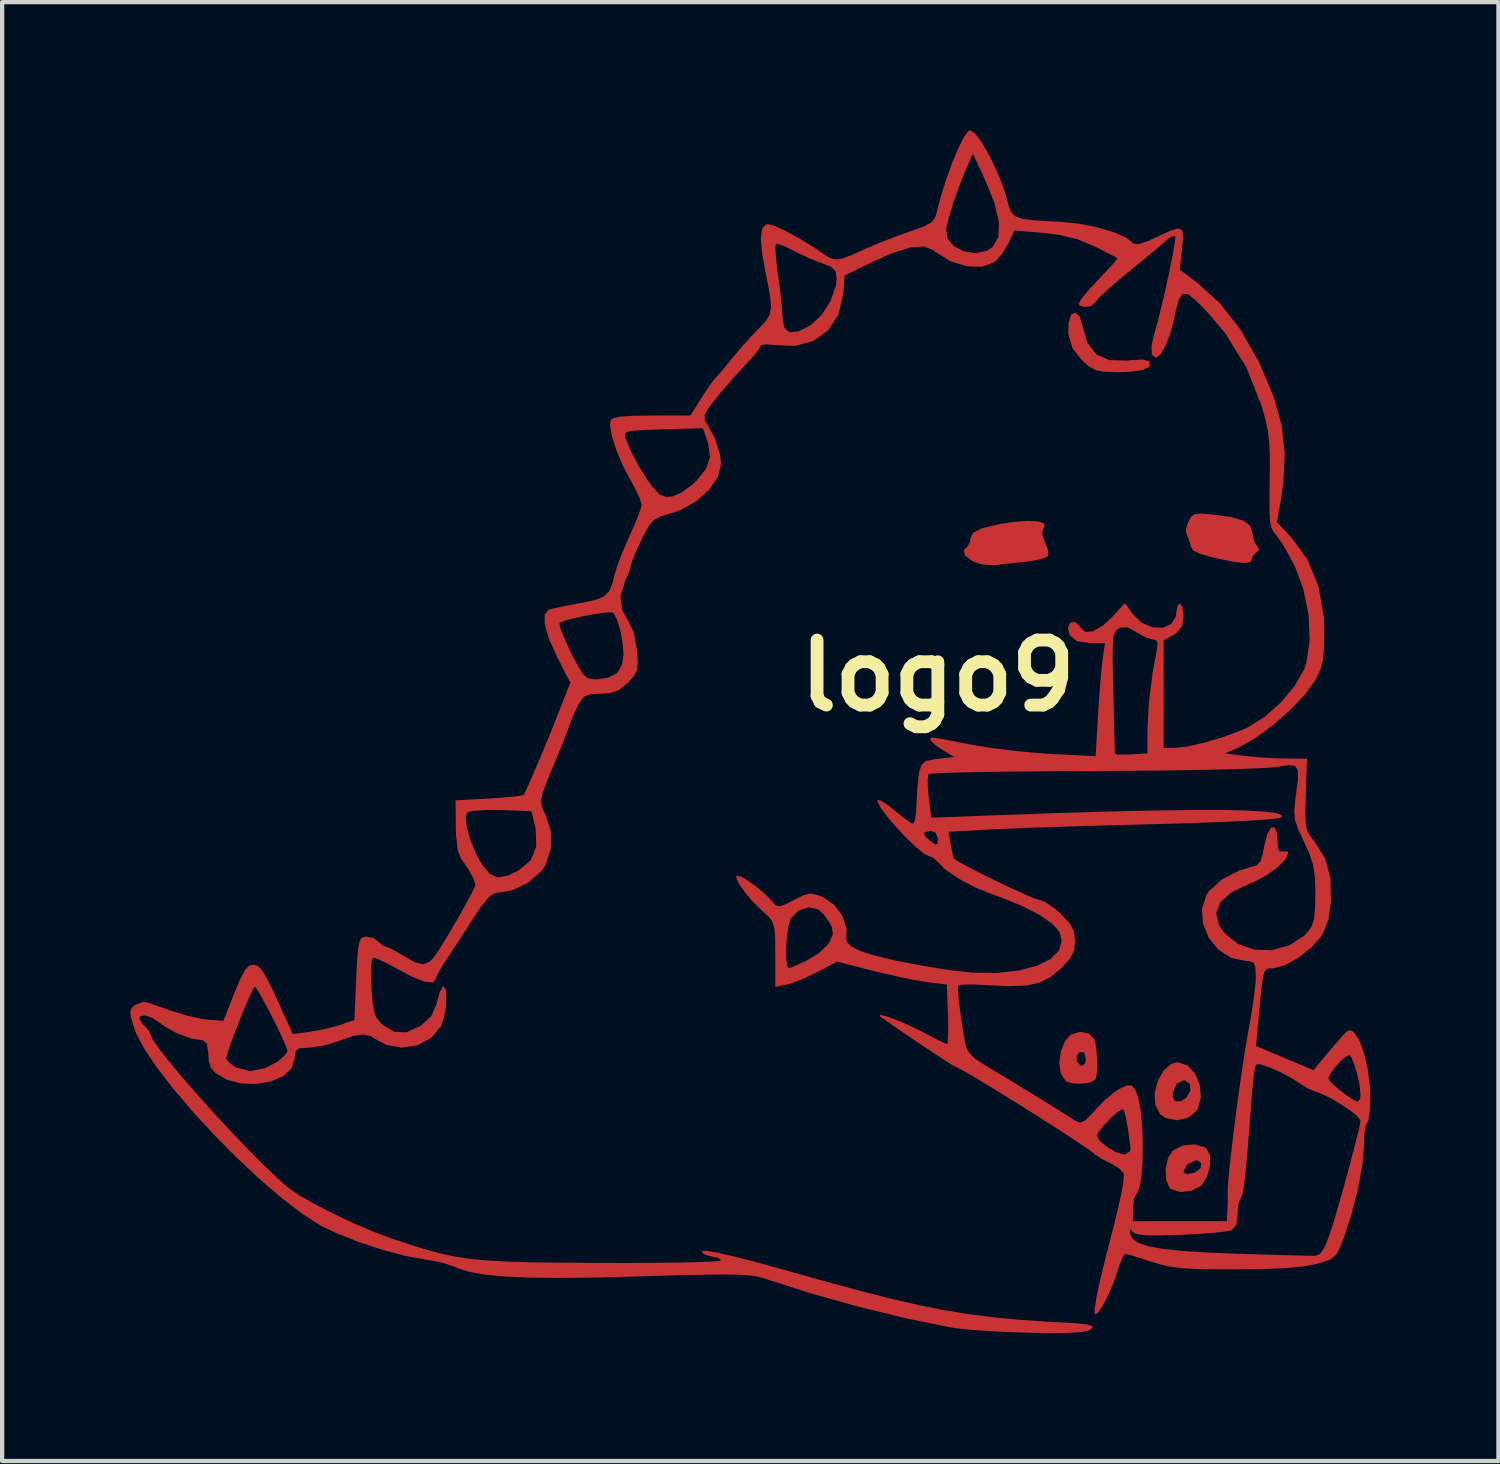
<source format=kicad_pcb>
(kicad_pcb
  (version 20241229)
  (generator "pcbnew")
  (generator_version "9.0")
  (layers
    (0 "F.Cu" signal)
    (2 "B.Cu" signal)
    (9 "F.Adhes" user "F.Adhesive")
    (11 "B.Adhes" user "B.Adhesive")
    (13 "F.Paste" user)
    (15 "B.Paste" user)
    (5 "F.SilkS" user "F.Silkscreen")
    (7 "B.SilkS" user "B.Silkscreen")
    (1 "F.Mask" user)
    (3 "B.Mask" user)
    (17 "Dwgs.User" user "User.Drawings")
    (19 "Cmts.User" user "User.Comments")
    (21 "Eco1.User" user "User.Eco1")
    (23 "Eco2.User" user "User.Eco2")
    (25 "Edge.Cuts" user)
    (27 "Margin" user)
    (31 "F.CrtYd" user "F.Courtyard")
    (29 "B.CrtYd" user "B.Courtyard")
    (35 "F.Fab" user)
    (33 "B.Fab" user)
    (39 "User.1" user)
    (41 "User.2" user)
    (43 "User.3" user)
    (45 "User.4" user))
  (footprint "logo9"
    (layer "F.Cu")
    (at 18.929 12.785)
    (property "Reference" "logo9" (at 0 0 0) (layer "F.SilkS") (effects (font (size 1.524 1.524) (thickness 0.3))))
    (attr board_only exclude_from_pos_files exclude_from_bom)
    (fp_poly (pts (xy 3.322 -8.417) (xy 3.392 -8.199) (xy 3.509 -7.794) (xy 3.714 -7.529) (xy 4.02 -7.396) (xy 4.437 -7.384) (xy 4.532 -7.396) (xy 4.8 -7.41) (xy 4.949 -7.368) (xy 4.96 -7.354) (xy 4.96 -7.24) (xy 4.797 -7.161) (xy 4.474 -7.12) (xy 4.231 -7.113) (xy 3.915 -7.121) (xy 3.706 -7.159) (xy 3.544 -7.245) (xy 3.409 -7.358) (xy 3.156 -7.668) (xy 3.056 -8.017) (xy 3.063 -8.266) (xy 3.123 -8.461) (xy 3.221 -8.509)) (stroke (width 0) (type solid)) (fill yes) (layer "F.Cu"))
    (fp_poly (pts (xy 6.444 -3.778) (xy 6.88 -3.717) (xy 7.166 -3.631) (xy 7.322 -3.512) (xy 7.366 -3.363) (xy 7.41 -3.158) (xy 7.472 -3.054) (xy 7.535 -2.954) (xy 7.472 -2.903) (xy 7.375 -2.796) (xy 7.366 -2.745) (xy 7.329 -2.667) (xy 7.202 -2.64) (xy 6.964 -2.663) (xy 6.593 -2.737) (xy 6.456 -2.769) (xy 6.147 -2.855) (xy 5.979 -2.938) (xy 5.927 -3.034) (xy 5.927 -3.038) (xy 5.881 -3.213) (xy 5.842 -3.268) (xy 5.808 -3.421) (xy 5.863 -3.589) (xy 5.934 -3.722) (xy 6.024 -3.787) (xy 6.184 -3.799)) (stroke (width 0) (type solid)) (fill yes) (layer "F.Cu"))
    (fp_poly (pts (xy 2.358 -3.613) (xy 2.494 -3.565) (xy 2.498 -3.483) (xy 2.479 -3.462) (xy 2.442 -3.328) (xy 2.513 -3.127) (xy 2.584 -2.934) (xy 2.589 -2.805) (xy 2.587 -2.801) (xy 2.482 -2.75) (xy 2.261 -2.699) (xy 2.052 -2.67) (xy 1.732 -2.636) (xy 1.44 -2.604) (xy 1.311 -2.588) (xy 1.042 -2.606) (xy 0.824 -2.678) (xy 0.632 -2.815) (xy 0.607 -2.937) (xy 0.677 -3.006) (xy 0.749 -3.125) (xy 0.762 -3.218) (xy 0.826 -3.353) (xy 1.034 -3.454) (xy 1.079 -3.468) (xy 1.452 -3.555) (xy 1.809 -3.608) (xy 2.121 -3.627)) (stroke (width 0) (type solid)) (fill yes) (layer "F.Cu"))
    (fp_poly (pts (xy 3.541 8.389) (xy 3.67 8.522) (xy 3.676 8.539) (xy 3.718 8.769) (xy 3.737 9.045) (xy 3.731 9.297) (xy 3.698 9.457) (xy 3.695 9.464) (xy 3.571 9.533) (xy 3.358 9.564) (xy 3.136 9.551) (xy 2.998 9.503) (xy 2.882 9.333) (xy 2.847 9.078) (xy 2.853 9.03) (xy 3.249 9.03) (xy 3.342 9.134) (xy 3.392 9.144) (xy 3.456 9.073) (xy 3.471 8.975) (xy 3.427 8.831) (xy 3.327 8.819) (xy 3.26 8.89) (xy 3.249 9.03) (xy 2.853 9.03) (xy 2.884 8.796) (xy 2.988 8.547) (xy 3.121 8.409) (xy 3.335 8.346)) (stroke (width 0) (type solid)) (fill yes) (layer "F.Cu"))
    (fp_poly (pts (xy 5.852 9.135) (xy 6.031 9.33) (xy 6.14 9.597) (xy 6.164 9.892) (xy 6.084 10.166) (xy 6.063 10.201) (xy 5.868 10.361) (xy 5.604 10.419) (xy 5.342 10.368) (xy 5.213 10.281) (xy 5.097 10.064) (xy 5.086 9.871) (xy 5.503 9.871) (xy 5.561 9.974) (xy 5.696 9.973) (xy 5.825 9.889) (xy 5.919 9.724) (xy 5.907 9.569) (xy 5.798 9.485) (xy 5.766 9.483) (xy 5.6 9.557) (xy 5.512 9.759) (xy 5.503 9.871) (xy 5.086 9.871) (xy 5.081 9.788) (xy 5.15 9.502) (xy 5.287 9.255) (xy 5.476 9.094) (xy 5.623 9.059)) (stroke (width 0) (type solid)) (fill yes) (layer "F.Cu"))
    (fp_poly (pts (xy 6.258 11.055) (xy 6.297 11.082) (xy 6.378 11.247) (xy 6.379 11.489) (xy 6.308 11.743) (xy 6.178 11.945) (xy 6.162 11.959) (xy 5.938 12.075) (xy 5.681 12.101) (xy 5.468 12.033) (xy 5.436 12.006) (xy 5.348 11.816) (xy 5.34 11.62) (xy 5.759 11.62) (xy 5.823 11.681) (xy 6.007 11.647) (xy 6.047 11.633) (xy 6.16 11.537) (xy 6.171 11.424) (xy 6.083 11.361) (xy 6.032 11.363) (xy 5.845 11.453) (xy 5.759 11.61) (xy 5.759 11.62) (xy 5.34 11.62) (xy 5.337 11.554) (xy 5.398 11.295) (xy 5.504 11.133) (xy 5.737 11.012) (xy 6.015 10.984)) (stroke (width 0) (type solid)) (fill yes) (layer "F.Cu"))
    (fp_poly (pts (xy 0.867 -12.711) (xy 1.018 -12.514) (xy 1.187 -12.228) (xy 1.355 -11.891) (xy 1.502 -11.538) (xy 1.61 -11.205) (xy 1.612 -11.195) (xy 1.668 -10.989) (xy 1.73 -10.848) (xy 1.83 -10.757) (xy 1.997 -10.702) (xy 2.261 -10.671) (xy 2.654 -10.649) (xy 2.836 -10.641) (xy 3.288 -10.596) (xy 3.729 -10.51) (xy 4.12 -10.395) (xy 4.419 -10.262) (xy 4.587 -10.126) (xy 4.694 -10.112) (xy 4.916 -10.183) (xy 5.111 -10.27) (xy 5.431 -10.421) (xy 5.627 -10.483) (xy 5.724 -10.446) (xy 5.749 -10.297) (xy 5.726 -10.026) (xy 5.724 -10.008) (xy 5.668 -9.517) (xy 6.059 -9.225) (xy 6.607 -8.732) (xy 7.087 -8.119) (xy 7.517 -7.363) (xy 7.557 -7.281) (xy 7.867 -6.546) (xy 8.056 -5.873) (xy 8.13 -5.211) (xy 8.097 -4.515) (xy 8.038 -4.111) (xy 7.948 -3.595) (xy 8.279 -3.247) (xy 8.664 -2.721) (xy 8.921 -2.09) (xy 9.047 -1.365) (xy 9.059 -1.026) (xy 9.052 -0.635) (xy 9.024 -0.358) (xy 8.965 -0.14) (xy 8.865 0.072) (xy 8.847 0.104) (xy 8.61 0.435) (xy 8.265 0.799) (xy 7.86 1.155) (xy 7.439 1.464) (xy 7.049 1.685) (xy 7 1.706) (xy 6.731 1.82) (xy 7.154 1.876) (xy 7.484 1.909) (xy 7.875 1.933) (xy 8.115 1.94) (xy 8.652 1.947) (xy 8.624 2.779) (xy 8.613 3.164) (xy 8.618 3.423) (xy 8.646 3.596) (xy 8.705 3.726) (xy 8.801 3.855) (xy 8.82 3.877) (xy 9.072 4.275) (xy 9.2 4.737) (xy 9.213 5.29) (xy 9.156 5.709) (xy 9.035 6.024) (xy 8.978 6.116) (xy 8.75 6.374) (xy 8.455 6.607) (xy 8.147 6.78) (xy 7.88 6.857) (xy 7.85 6.858) (xy 7.766 6.858) (xy 7.704 6.875) (xy 7.659 6.933) (xy 7.623 7.055) (xy 7.592 7.267) (xy 7.557 7.592) (xy 7.514 8.054) (xy 7.499 8.213) (xy 7.456 8.678) (xy 8.129 8.962) (xy 8.802 9.245) (xy 9.037 8.965) (xy 9.296 8.655) (xy 9.47 8.455) (xy 9.581 8.346) (xy 9.653 8.309) (xy 9.708 8.325) (xy 9.759 8.365) (xy 9.877 8.541) (xy 9.985 8.838) (xy 10.072 9.209) (xy 10.126 9.607) (xy 10.137 9.97) (xy 10.118 10.244) (xy 10.087 10.435) (xy 10.054 10.498) (xy 10.019 10.575) (xy 9.996 10.772) (xy 9.991 10.954) (xy 9.953 11.443) (xy 9.848 12.027) (xy 9.686 12.651) (xy 9.53 13.126) (xy 9.422 13.411) (xy 9.328 13.58) (xy 9.204 13.679) (xy 9.007 13.75) (xy 8.881 13.785) (xy 8.588 13.843) (xy 8.18 13.883) (xy 7.64 13.906) (xy 6.985 13.913) (xy 6.431 13.912) (xy 6.012 13.903) (xy 5.692 13.883) (xy 5.437 13.849) (xy 5.213 13.799) (xy 4.995 13.732) (xy 4.711 13.64) (xy 4.493 13.574) (xy 4.388 13.548) (xy 4.388 13.548) (xy 4.334 13.621) (xy 4.257 13.811) (xy 4.199 13.991) (xy 4.102 14.267) (xy 3.982 14.541) (xy 3.858 14.776) (xy 3.751 14.933) (xy 3.683 14.971) (xy 3.681 14.97) (xy 3.673 14.857) (xy 3.714 14.587) (xy 3.804 14.166) (xy 3.941 13.598) (xy 4.104 12.969) (xy 4.501 12.969) (xy 4.503 13.063) (xy 4.504 13.068) (xy 4.561 13.191) (xy 4.698 13.291) (xy 4.93 13.371) (xy 5.273 13.434) (xy 5.742 13.483) (xy 6.352 13.52) (xy 6.943 13.544) (xy 7.477 13.561) (xy 7.962 13.576) (xy 8.369 13.587) (xy 8.668 13.594) (xy 8.833 13.596) (xy 8.848 13.596) (xy 8.955 13.553) (xy 9.053 13.415) (xy 9.162 13.152) (xy 9.204 13.029) (xy 9.289 12.759) (xy 9.394 12.403) (xy 9.509 11.995) (xy 9.625 11.571) (xy 9.732 11.167) (xy 9.821 10.818) (xy 9.882 10.559) (xy 9.906 10.425) (xy 9.906 10.423) (xy 9.838 10.331) (xy 9.665 10.192) (xy 9.432 10.035) (xy 9.185 9.891) (xy 8.969 9.788) (xy 8.892 9.763) (xy 8.663 9.67) (xy 8.473 9.552) (xy 8.303 9.44) (xy 9.15 9.44) (xy 9.213 9.531) (xy 9.366 9.671) (xy 9.558 9.821) (xy 9.737 9.939) (xy 9.842 9.984) (xy 9.894 9.919) (xy 9.906 9.816) (xy 9.884 9.598) (xy 9.83 9.342) (xy 9.759 9.104) (xy 9.686 8.936) (xy 9.638 8.89) (xy 9.53 8.951) (xy 9.38 9.097) (xy 9.238 9.269) (xy 9.155 9.411) (xy 9.15 9.44) (xy 8.303 9.44) (xy 8.271 9.42) (xy 8.02 9.288) (xy 7.769 9.177) (xy 7.566 9.11) (xy 7.46 9.107) (xy 7.459 9.108) (xy 7.43 9.21) (xy 7.397 9.439) (xy 7.365 9.753) (xy 7.354 9.892) (xy 7.3 10.61) (xy 7.254 11.175) (xy 7.215 11.602) (xy 7.181 11.907) (xy 7.15 12.105) (xy 7.12 12.213) (xy 7.099 12.242) (xy 7.053 12.348) (xy 7.028 12.554) (xy 7.027 12.611) (xy 6.995 12.867) (xy 6.891 12.994) (xy 6.879 12.999) (xy 6.74 13.027) (xy 6.47 13.056) (xy 6.109 13.083) (xy 5.693 13.103) (xy 5.684 13.104) (xy 5.223 13.118) (xy 4.904 13.116) (xy 4.703 13.097) (xy 4.591 13.06) (xy 4.558 13.028) (xy 4.501 12.969) (xy 4.104 12.969) (xy 4.106 12.961) (xy 4.212 12.536) (xy 4.294 12.162) (xy 4.347 11.871) (xy 4.362 11.701) (xy 4.359 11.679) (xy 4.253 11.549) (xy 4.059 11.43) (xy 4.04 11.422) (xy 3.83 11.32) (xy 3.688 11.225) (xy 3.683 11.22) (xy 3.575 11.134) (xy 3.352 10.981) (xy 3.055 10.784) (xy 3.727 10.784) (xy 3.797 10.903) (xy 3.965 11.042) (xy 4.168 11.162) (xy 4.347 11.221) (xy 4.389 11.221) (xy 4.503 11.145) (xy 4.516 11.082) (xy 4.456 10.631) (xy 4.404 10.336) (xy 4.357 10.186) (xy 4.329 10.16) (xy 4.222 10.219) (xy 4.059 10.362) (xy 3.891 10.539) (xy 3.765 10.7) (xy 3.727 10.784) (xy 3.055 10.784) (xy 3.041 10.775) (xy 2.665 10.532) (xy 2.251 10.269) (xy 1.824 10.001) (xy 1.409 9.744) (xy 1.032 9.514) (xy 0.717 9.327) (xy 0.49 9.199) (xy 0.377 9.145) (xy 0.373 9.144) (xy 0.296 9.1) (xy 0.113 8.982) (xy -0.142 8.814) (xy -0.437 8.617) (xy -0.738 8.414) (xy -1.012 8.227) (xy -1.225 8.079) (xy -1.344 7.992) (xy -1.354 7.984) (xy -1.357 7.949) (xy -1.24 7.973) (xy -1.039 8.042) (xy -0.79 8.142) (xy -0.526 8.263) (xy -0.357 8.349) (xy -0.09 8.49) (xy 0.115 8.593) (xy 0.216 8.636) (xy 0.218 8.636) (xy 0.235 8.558) (xy 0.242 8.35) (xy 0.24 8.052) (xy 0.236 7.938) (xy 0.212 7.239) (xy -0.254 7.18) (xy -0.548 7.131) (xy -0.939 7.052) (xy -1.361 6.955) (xy -1.541 6.91) (xy -2.362 6.701) (xy -2.811 6.94) (xy -3.108 7.083) (xy -3.391 7.195) (xy -3.535 7.237) (xy -3.81 7.295) (xy -3.81 6.537) (xy -3.811 6.417) (xy -3.555 6.417) (xy -3.55 6.658) (xy -3.524 6.818) (xy -3.493 6.855) (xy -3.385 6.818) (xy -3.183 6.728) (xy -3.049 6.664) (xy -2.795 6.505) (xy -2.595 6.32) (xy -2.541 6.244) (xy -2.46 6.058) (xy -2.479 5.907) (xy -2.54 5.787) (xy -2.677 5.595) (xy -2.802 5.478) (xy -3.024 5.428) (xy -3.258 5.502) (xy -3.436 5.678) (xy -3.457 5.717) (xy -3.506 5.895) (xy -3.54 6.146) (xy -3.555 6.417) (xy -3.811 6.417) (xy -3.812 6.175) (xy -3.827 5.939) (xy -3.867 5.786) (xy -3.943 5.672) (xy -4.068 5.555) (xy -4.091 5.535) (xy -4.319 5.315) (xy -4.519 5.082) (xy -4.664 4.875) (xy -4.726 4.728) (xy -4.716 4.688) (xy -4.624 4.703) (xy -4.45 4.802) (xy -4.238 4.956) (xy -4.031 5.132) (xy -3.884 5.286) (xy -3.795 5.382) (xy -3.708 5.406) (xy -3.569 5.356) (xy -3.376 5.257) (xy -3.144 5.143) (xy -2.985 5.106) (xy -2.823 5.139) (xy -2.685 5.194) (xy -2.426 5.372) (xy -2.233 5.635) (xy -2.137 5.925) (xy -2.147 6.116) (xy -2.134 6.238) (xy -2.022 6.351) (xy -1.799 6.46) (xy -1.452 6.568) (xy -0.97 6.68) (xy -0.34 6.8) (xy 0.212 6.893) (xy 0.829 6.962) (xy 1.398 6.965) (xy 1.902 6.909) (xy 2.321 6.799) (xy 2.64 6.641) (xy 2.84 6.442) (xy 2.904 6.207) (xy 2.848 6.002) (xy 2.685 5.815) (xy 2.385 5.608) (xy 1.977 5.398) (xy 1.491 5.2) (xy 1.355 5.153) (xy 0.898 4.972) (xy 0.489 4.759) (xy 0.17 4.538) (xy 0.016 4.382) (xy -0.115 4.262) (xy -0.195 4.233) (xy -0.317 4.176) (xy -0.504 4.025) (xy -0.727 3.812) (xy -0.862 3.67) (xy -0.317 3.67) (xy -0.305 3.757) (xy -0.191 3.861) (xy -0.054 3.958) (xy -0.006 3.94) (xy 0 3.81) (xy -0.06 3.668) (xy -0.169 3.641) (xy -0.317 3.67) (xy -0.862 3.67) (xy -0.959 3.567) (xy -1.169 3.323) (xy -1.331 3.11) (xy -1.414 2.959) (xy -1.413 2.909) (xy -1.327 2.931) (xy -1.158 3.042) (xy -1.005 3.165) (xy -0.796 3.334) (xy -0.636 3.445) (xy -0.577 3.471) (xy -0.539 3.395) (xy -0.509 3.196) (xy -0.498 2.985) (xy -0.483 2.664) (xy -0.459 2.414) (xy -0.238 2.414) (xy -0.234 2.637) (xy -0.214 2.846) (xy -0.154 3.328) (xy 1.341 3.272) (xy 2.731 3.222) (xy 3.955 3.185) (xy 5.015 3.16) (xy 5.913 3.148) (xy 6.652 3.147) (xy 7.234 3.16) (xy 7.662 3.184) (xy 7.938 3.221) (xy 8.064 3.271) (xy 8.059 3.32) (xy 7.952 3.346) (xy 7.688 3.372) (xy 7.281 3.399) (xy 6.744 3.425) (xy 6.089 3.45) (xy 5.331 3.473) (xy 5.066 3.479) (xy 4.329 3.499) (xy 3.602 3.519) (xy 2.913 3.541) (xy 2.291 3.561) (xy 1.765 3.58) (xy 1.363 3.597) (xy 1.204 3.605) (xy 0.25 3.658) (xy 0.305 3.967) (xy 0.344 4.169) (xy 0.369 4.278) (xy 0.371 4.284) (xy 0.503 4.367) (xy 0.743 4.498) (xy 1.054 4.657) (xy 1.398 4.826) (xy 1.738 4.988) (xy 2.037 5.125) (xy 2.258 5.218) (xy 2.36 5.249) (xy 2.515 5.305) (xy 2.729 5.449) (xy 2.875 5.575) (xy 3.084 5.796) (xy 3.187 5.982) (xy 3.217 6.195) (xy 3.217 6.223) (xy 3.193 6.444) (xy 3.098 6.631) (xy 2.9 6.847) (xy 2.879 6.867) (xy 2.637 7.066) (xy 2.381 7.194) (xy 2.074 7.262) (xy 1.675 7.277) (xy 1.218 7.255) (xy 0.891 7.239) (xy 0.635 7.239) (xy 0.492 7.255) (xy 0.477 7.264) (xy 0.47 7.383) (xy 0.494 7.648) (xy 0.547 8.041) (xy 0.626 8.543) (xy 0.637 8.608) (xy 0.706 8.802) (xy 0.863 8.969) (xy 1.082 9.115) (xy 1.452 9.337) (xy 1.859 9.584) (xy 2.27 9.835) (xy 2.65 10.069) (xy 2.966 10.266) (xy 3.184 10.405) (xy 3.235 10.438) (xy 3.337 10.476) (xy 3.448 10.427) (xy 3.607 10.27) (xy 3.688 10.177) (xy 3.914 9.945) (xy 4.147 9.751) (xy 4.257 9.682) (xy 4.439 9.599) (xy 4.54 9.604) (xy 4.623 9.692) (xy 4.696 9.874) (xy 4.751 10.171) (xy 4.787 10.541) (xy 4.803 10.947) (xy 4.799 11.349) (xy 4.775 11.709) (xy 4.73 11.986) (xy 4.664 12.142) (xy 4.648 12.155) (xy 4.597 12.264) (xy 4.572 12.467) (xy 4.572 12.493) (xy 4.572 12.785) (xy 6.773 12.785) (xy 6.787 12.509) (xy 6.794 12.276) (xy 6.792 12.107) (xy 6.798 11.936) (xy 6.825 11.629) (xy 6.87 11.219) (xy 6.927 10.738) (xy 6.993 10.218) (xy 7.064 9.692) (xy 7.136 9.191) (xy 7.204 8.749) (xy 7.264 8.396) (xy 7.279 8.315) (xy 7.353 7.905) (xy 7.411 7.512) (xy 7.445 7.194) (xy 7.451 7.067) (xy 7.442 6.833) (xy 7.398 6.723) (xy 7.294 6.69) (xy 7.235 6.689) (xy 6.878 6.616) (xy 6.576 6.421) (xy 6.348 6.14) (xy 6.213 5.808) (xy 6.19 5.461) (xy 6.297 5.135) (xy 6.357 5.047) (xy 6.659 4.775) (xy 7.06 4.568) (xy 7.323 4.491) (xy 7.476 4.443) (xy 7.564 4.348) (xy 7.619 4.159) (xy 7.647 3.997) (xy 7.716 3.721) (xy 7.803 3.569) (xy 7.885 3.55) (xy 7.944 3.673) (xy 7.959 3.861) (xy 7.975 4.063) (xy 8.032 4.128) (xy 8.086 4.118) (xy 8.195 4.119) (xy 8.213 4.158) (xy 8.142 4.31) (xy 7.956 4.495) (xy 7.697 4.681) (xy 7.406 4.835) (xy 7.324 4.868) (xy 6.892 5.071) (xy 6.625 5.303) (xy 6.523 5.56) (xy 6.588 5.841) (xy 6.713 6.027) (xy 7.027 6.285) (xy 7.414 6.42) (xy 7.832 6.431) (xy 8.238 6.32) (xy 8.591 6.088) (xy 8.678 5.997) (xy 8.767 5.861) (xy 8.82 5.682) (xy 8.843 5.414) (xy 8.848 5.121) (xy 8.838 4.739) (xy 8.798 4.45) (xy 8.711 4.18) (xy 8.581 3.893) (xy 8.442 3.594) (xy 8.37 3.376) (xy 8.352 3.168) (xy 8.377 2.902) (xy 8.392 2.795) (xy 8.437 2.439) (xy 8.438 2.221) (xy 8.374 2.116) (xy 8.227 2.096) (xy 7.98 2.132) (xy 7.945 2.139) (xy 7.766 2.156) (xy 7.439 2.173) (xy 6.981 2.189) (xy 6.412 2.203) (xy 5.753 2.215) (xy 5.023 2.225) (xy 4.241 2.231) (xy 3.668 2.234) (xy 2.879 2.238) (xy 2.142 2.244) (xy 1.475 2.251) (xy 0.894 2.261) (xy 0.418 2.271) (xy 0.063 2.283) (xy -0.154 2.295) (xy -0.216 2.304) (xy -0.238 2.414) (xy -0.459 2.414) (xy -0.455 2.372) (xy -0.434 2.244) (xy -0.381 2.083) (xy -0.278 1.999) (xy -0.07 1.956) (xy 0.000434 1.947) (xy 0.381 1.905) (xy 0.106 1.739) (xy -0.072 1.615) (xy -0.165 1.52) (xy -0.169 1.506) (xy -0.172 1.473) (xy -0.163 1.453) (xy -0.112 1.451) (xy 0.009 1.468) (xy 0.228 1.509) (xy 0.573 1.576) (xy 0.757 1.612) (xy 1.229 1.689) (xy 1.786 1.76) (xy 2.347 1.814) (xy 2.67 1.835) (xy 3.698 1.887) (xy 3.755 0.923) (xy 3.782 0.494) (xy 3.814 0.09) (xy 3.844 -0.237) (xy 3.862 -0.383) (xy 4.097 -0.383) (xy 4.105 0.042) (xy 4.113 0.385) (xy 4.125 0.854) (xy 4.135 1.262) (xy 4.143 1.579) (xy 4.148 1.776) (xy 4.149 1.828) (xy 4.224 1.848) (xy 4.415 1.85) (xy 4.53 1.845) (xy 4.911 1.82) (xy 4.912 1.27) (xy 4.946 0.627) (xy 5.036 -0.084) (xy 5.127 -0.572) (xy 5.152 -0.762) (xy 5.106 -0.838) (xy 5.04 -0.847) (xy 4.875 -0.894) (xy 4.668 -1.008) (xy 4.651 -1.02) (xy 4.45 -1.132) (xy 4.294 -1.129) (xy 4.242 -1.105) (xy 4.181 -1.063) (xy 4.139 -0.996) (xy 4.112 -0.877) (xy 4.099 -0.681) (xy 4.097 -0.383) (xy 3.862 -0.383) (xy 3.864 -0.402) (xy 3.917 -0.762) (xy 3.584 -0.762) (xy 3.267 -0.807) (xy 3.09 -0.944) (xy 3.048 -1.118) (xy 3.103 -1.243) (xy 3.22 -1.26) (xy 3.325 -1.16) (xy 3.333 -1.143) (xy 3.448 -1.026) (xy 3.637 -1.04) (xy 3.872 -1.177) (xy 4.068 -1.359) (xy 4.385 -1.702) (xy 4.569 -1.444) (xy 4.78 -1.241) (xy 5.027 -1.134) (xy 5.269 -1.124) (xy 5.466 -1.207) (xy 5.577 -1.383) (xy 5.588 -1.48) (xy 5.617 -1.64) (xy 5.673 -1.693) (xy 5.728 -1.619) (xy 5.756 -1.435) (xy 5.757 -1.393) (xy 5.725 -1.158) (xy 5.6 -1.007) (xy 5.524 -0.959) (xy 5.292 -0.825) (xy 5.292 1.693) (xy 5.533 1.693) (xy 5.839 1.66) (xy 6.24 1.571) (xy 6.676 1.442) (xy 7.089 1.29) (xy 7.255 1.216) (xy 7.654 0.969) (xy 8.035 0.63) (xy 8.358 0.244) (xy 8.582 -0.143) (xy 8.635 -0.292) (xy 8.714 -0.827) (xy 8.688 -1.43) (xy 8.562 -2.041) (xy 8.383 -2.523) (xy 8.225 -2.833) (xy 8.066 -3.105) (xy 7.938 -3.281) (xy 7.937 -3.283) (xy 7.862 -3.375) (xy 7.812 -3.483) (xy 7.783 -3.641) (xy 7.771 -3.881) (xy 7.771 -4.235) (xy 7.777 -4.553) (xy 7.782 -5.036) (xy 7.771 -5.401) (xy 7.74 -5.7) (xy 7.682 -5.985) (xy 7.593 -6.308) (xy 7.585 -6.334) (xy 7.228 -7.229) (xy 6.727 -8.036) (xy 6.315 -8.522) (xy 6.043 -8.798) (xy 5.857 -8.942) (xy 5.733 -8.949) (xy 5.647 -8.814) (xy 5.573 -8.535) (xy 5.542 -8.382) (xy 5.452 -8.034) (xy 5.34 -7.737) (xy 5.221 -7.53) (xy 5.115 -7.451) (xy 5.113 -7.451) (xy 5.016 -7.521) (xy 5.005 -7.724) (xy 5.071 -8.01) (xy 5.151 -8.294) (xy 5.24 -8.649) (xy 5.332 -9.041) (xy 5.418 -9.433) (xy 5.49 -9.79) (xy 5.542 -10.076) (xy 5.566 -10.256) (xy 5.562 -10.299) (xy 5.47 -10.29) (xy 5.395 -10.234) (xy 5.285 -10.136) (xy 5.075 -9.959) (xy 4.794 -9.727) (xy 4.508 -9.494) (xy 4.199 -9.238) (xy 3.941 -9.012) (xy 3.762 -8.841) (xy 3.691 -8.753) (xy 3.596 -8.667) (xy 3.449 -8.637) (xy 3.329 -8.67) (xy 3.302 -8.724) (xy 3.358 -8.823) (xy 3.505 -9.005) (xy 3.715 -9.235) (xy 3.767 -9.289) (xy 3.982 -9.514) (xy 4.139 -9.687) (xy 4.211 -9.777) (xy 4.212 -9.783) (xy 4.131 -9.827) (xy 3.941 -9.926) (xy 3.681 -10.057) (xy 3.679 -10.058) (xy 3.275 -10.228) (xy 2.849 -10.33) (xy 2.481 -10.375) (xy 1.796 -10.434) (xy 1.649 -10.125) (xy 1.508 -9.891) (xy 1.352 -9.712) (xy 1.325 -9.691) (xy 1.033 -9.583) (xy 0.675 -9.593) (xy 0.295 -9.713) (xy -0.061 -9.934) (xy -0.104 -9.97) (xy -0.321 -10.059) (xy -0.644 -10.036) (xy -1.079 -9.899) (xy -1.535 -9.696) (xy -2.182 -9.38) (xy -2.219 -8.93) (xy -2.331 -8.462) (xy -2.568 -8.096) (xy -2.913 -7.847) (xy -3.345 -7.728) (xy -3.802 -7.746) (xy -4.015 -7.766) (xy -4.137 -7.747) (xy -4.149 -7.731) (xy -4.203 -7.635) (xy -4.346 -7.461) (xy -4.514 -7.279) (xy -4.786 -6.984) (xy -5.073 -6.653) (xy -5.207 -6.491) (xy -5.387 -6.253) (xy -5.467 -6.099) (xy -5.462 -5.991) (xy -5.433 -5.941) (xy -5.224 -5.566) (xy -5.101 -5.163) (xy -5.08 -4.953) (xy -5.157 -4.654) (xy -5.365 -4.352) (xy -5.671 -4.082) (xy -6.039 -3.877) (xy -6.257 -3.804) (xy -6.498 -3.734) (xy -6.656 -3.648) (xy -6.777 -3.504) (xy -6.909 -3.259) (xy -6.948 -3.18) (xy -7.075 -2.906) (xy -7.164 -2.686) (xy -7.197 -2.572) (xy -7.233 -2.433) (xy -7.322 -2.235) (xy -7.323 -2.232) (xy -7.44 -1.862) (xy -7.391 -1.521) (xy -7.273 -1.321) (xy -7.129 -1.024) (xy -7.05 -0.595) (xy -7.031 -0.307) (xy -7.051 -0.124) (xy -7.127 0.017) (xy -7.263 0.165) (xy -7.474 0.338) (xy -7.695 0.412) (xy -7.908 0.423) (xy -8.155 0.436) (xy -8.3 0.498) (xy -8.405 0.642) (xy -8.433 0.694) (xy -8.55 0.946) (xy -8.639 1.178) (xy -8.64 1.18) (xy -8.703 1.355) (xy -8.813 1.635) (xy -8.951 1.972) (xy -9.01 2.113) (xy -9.164 2.482) (xy -9.258 2.735) (xy -9.296 2.909) (xy -9.286 3.044) (xy -9.234 3.18) (xy -9.187 3.271) (xy -9.068 3.65) (xy -9.07 4.055) (xy -9.186 4.424) (xy -9.288 4.577) (xy -9.607 4.856) (xy -9.986 5.033) (xy -10.284 5.08) (xy -10.41 5.108) (xy -10.54 5.209) (xy -10.701 5.409) (xy -10.892 5.694) (xy -11.11 6.032) (xy -11.328 6.367) (xy -11.504 6.635) (xy -11.527 6.67) (xy -11.666 6.892) (xy -11.753 7.061) (xy -11.769 7.114) (xy -11.834 7.191) (xy -12.02 7.172) (xy -12.311 7.059) (xy -12.615 6.9) (xy -12.887 6.753) (xy -13.105 6.647) (xy -13.224 6.604) (xy -13.227 6.604) (xy -13.27 6.686) (xy -13.286 6.924) (xy -13.274 7.296) (xy -13.249 7.648) (xy -13.212 7.876) (xy -13.151 8.026) (xy -13.051 8.143) (xy -13.005 8.185) (xy -12.732 8.348) (xy -12.453 8.357) (xy -12.136 8.213) (xy -12.099 8.188) (xy -11.871 7.978) (xy -11.749 7.696) (xy -11.735 7.638) (xy -11.674 7.42) (xy -11.609 7.294) (xy -11.587 7.281) (xy -11.533 7.355) (xy -11.515 7.539) (xy -11.53 7.782) (xy -11.576 8.028) (xy -11.643 8.215) (xy -11.872 8.489) (xy -12.195 8.66) (xy -12.564 8.718) (xy -12.929 8.652) (xy -13.136 8.542) (xy -13.305 8.442) (xy -13.472 8.408) (xy -13.685 8.441) (xy -13.991 8.543) (xy -14.097 8.583) (xy -14.4 8.67) (xy -14.708 8.715) (xy -14.753 8.717) (xy -14.962 8.732) (xy -15.051 8.796) (xy -15.071 8.948) (xy -15.071 8.968) (xy -15.145 9.205) (xy -15.344 9.387) (xy -15.631 9.509) (xy -15.97 9.568) (xy -16.322 9.558) (xy -16.653 9.475) (xy -16.924 9.316) (xy -17.038 9.191) (xy -17.082 9.049) (xy -17.089 8.973) (xy -16.679 8.973) (xy -16.613 9.066) (xy -16.451 9.179) (xy -16.447 9.181) (xy -16.123 9.266) (xy -15.763 9.2) (xy -15.473 9.043) (xy -15.314 8.908) (xy -15.241 8.8) (xy -15.24 8.794) (xy -15.276 8.683) (xy -15.37 8.471) (xy -15.501 8.197) (xy -15.65 7.903) (xy -15.795 7.628) (xy -15.917 7.412) (xy -15.995 7.295) (xy -16.008 7.285) (xy -16.055 7.357) (xy -16.144 7.547) (xy -16.259 7.818) (xy -16.384 8.129) (xy -16.504 8.441) (xy -16.604 8.713) (xy -16.666 8.907) (xy -16.679 8.973) (xy -17.089 8.973) (xy -17.101 8.831) (xy -17.101 8.826) (xy -17.131 8.628) (xy -17.208 8.551) (xy -17.209 8.551) (xy -17.502 8.501) (xy -17.84 8.377) (xy -18.134 8.212) (xy -18.192 8.167) (xy -18.401 8.025) (xy -18.583 7.961) (xy -18.695 7.984) (xy -18.711 8.033) (xy -18.653 8.143) (xy -18.584 8.213) (xy -18.478 8.337) (xy -18.457 8.397) (xy -18.4 8.526) (xy -18.242 8.754) (xy -17.999 9.063) (xy -17.691 9.432) (xy -17.334 9.841) (xy -16.947 10.271) (xy -16.547 10.701) (xy -16.153 11.112) (xy -15.783 11.484) (xy -15.453 11.797) (xy -15.209 12.01) (xy -14.963 12.178) (xy -14.601 12.384) (xy -14.165 12.608) (xy -13.697 12.829) (xy -13.241 13.025) (xy -12.858 13.169) (xy -12.414 13.318) (xy -12.029 13.439) (xy -11.678 13.535) (xy -11.336 13.61) (xy -10.979 13.665) (xy -10.58 13.704) (xy -10.117 13.73) (xy -9.562 13.747) (xy -8.892 13.756) (xy -8.082 13.762) (xy -7.938 13.763) (xy -7.261 13.764) (xy -6.642 13.761) (xy -6.099 13.755) (xy -5.653 13.745) (xy -5.322 13.732) (xy -5.126 13.717) (xy -5.08 13.704) (xy -5.15 13.642) (xy -5.228 13.63) (xy -5.427 13.581) (xy -5.503 13.539) (xy -5.539 13.483) (xy -5.42 13.478) (xy -5.151 13.525) (xy -4.738 13.62) (xy -4.186 13.763) (xy -3.598 13.926) (xy -2.632 14.197) (xy -1.799 14.422) (xy -1.073 14.607) (xy -0.425 14.756) (xy 0.172 14.874) (xy 0.745 14.967) (xy 1.323 15.039) (xy 1.933 15.096) (xy 2.602 15.142) (xy 3.238 15.177) (xy 3.513 15.206) (xy 3.631 15.255) (xy 3.587 15.321) (xy 3.507 15.358) (xy 3.339 15.386) (xy 3.039 15.401) (xy 2.641 15.406) (xy 2.18 15.4) (xy 1.693 15.385) (xy 1.216 15.362) (xy 0.782 15.331) (xy 0.429 15.294) (xy 0.296 15.273) (xy -0.743 15.062) (xy -1.867 14.787) (xy -3.01 14.465) (xy -4.106 14.114) (xy -4.233 14.08) (xy -4.403 14.056) (xy -4.636 14.041) (xy -4.952 14.035) (xy -5.368 14.037) (xy -5.905 14.047) (xy -6.581 14.065) (xy -7.027 14.079) (xy -8.033 14.105) (xy -8.884 14.114) (xy -9.591 14.106) (xy -10.17 14.08) (xy -10.632 14.035) (xy -10.991 13.97) (xy -11.259 13.885) (xy -11.334 13.851) (xy -11.544 13.777) (xy -11.842 13.709) (xy -12.046 13.678) (xy -12.497 13.594) (xy -13.033 13.449) (xy -13.589 13.265) (xy -14.102 13.062) (xy -14.46 12.889) (xy -14.893 12.613) (xy -15.382 12.239) (xy -15.905 11.789) (xy -16.442 11.285) (xy -16.973 10.748) (xy -17.476 10.201) (xy -17.932 9.664) (xy -18.319 9.161) (xy -18.618 8.711) (xy -18.807 8.339) (xy -18.831 8.27) (xy -18.908 8.015) (xy -18.929 7.87) (xy -18.892 7.784) (xy -18.82 7.723) (xy -18.645 7.65) (xy -18.542 7.654) (xy -18.398 7.703) (xy -18.152 7.787) (xy -17.915 7.869) (xy -17.583 7.969) (xy -17.256 8.041) (xy -17.079 8.064) (xy -16.742 8.086) (xy -16.483 7.429) (xy -16.344 7.097) (xy -16.236 6.896) (xy -16.14 6.798) (xy -16.039 6.773) (xy -15.942 6.8) (xy -15.843 6.896) (xy -15.725 7.088) (xy -15.571 7.401) (xy -15.486 7.586) (xy -15.117 8.399) (xy -14.72 8.346) (xy -14.393 8.287) (xy -14.07 8.204) (xy -13.998 8.181) (xy -13.674 8.069) (xy -13.631 7.104) (xy -13.611 6.686) (xy -13.589 6.409) (xy -13.559 6.242) (xy -13.514 6.155) (xy -13.448 6.12) (xy -13.412 6.113) (xy -13.219 6.15) (xy -13.127 6.219) (xy -13.003 6.328) (xy -12.942 6.35) (xy -12.83 6.392) (xy -12.635 6.498) (xy -12.531 6.562) (xy -12.255 6.716) (xy -12.064 6.763) (xy -11.916 6.705) (xy -11.832 6.625) (xy -11.734 6.49) (xy -11.586 6.257) (xy -11.41 5.964) (xy -11.226 5.647) (xy -11.057 5.345) (xy -10.923 5.094) (xy -10.847 4.933) (xy -10.837 4.897) (xy -10.884 4.754) (xy -10.999 4.541) (xy -11.149 4.322) (xy -11.171 4.294) (xy -11.25 4.093) (xy -11.292 3.741) (xy -11.298 3.532) (xy -11.299 3.347) (xy -11.065 3.347) (xy -11.031 3.588) (xy -10.943 3.885) (xy -10.814 4.192) (xy -10.684 4.424) (xy -10.504 4.644) (xy -10.314 4.729) (xy -10.076 4.686) (xy -9.813 4.557) (xy -9.54 4.323) (xy -9.412 4.006) (xy -9.424 3.599) (xy -9.45 3.48) (xy -9.525 3.175) (xy -10.237 3.15) (xy -10.574 3.148) (xy -10.847 3.165) (xy -11.01 3.196) (xy -11.032 3.209) (xy -11.065 3.347) (xy -11.299 3.347) (xy -11.303 2.921) (xy -10.526 2.879) (xy -10.182 2.856) (xy -9.907 2.83) (xy -9.741 2.805) (xy -9.711 2.794) (xy -9.656 2.692) (xy -9.551 2.463) (xy -9.41 2.137) (xy -9.245 1.746) (xy -9.07 1.32) (xy -8.898 0.89) (xy -8.888 0.865) (xy -8.613 0.164) (xy -8.921 -0.435) (xy -9.112 -0.858) (xy -9.211 -1.196) (xy -9.212 -1.236) (xy -8.867 -1.236) (xy -8.856 -1.142) (xy -8.78 -0.937) (xy -8.655 -0.658) (xy -8.602 -0.55) (xy -8.443 -0.24) (xy -8.327 -0.052) (xy -8.226 0.045) (xy -8.109 0.08) (xy -7.98 0.085) (xy -7.729 0.046) (xy -7.531 -0.047) (xy -7.521 -0.055) (xy -7.399 -0.266) (xy -7.366 -0.5) (xy -7.389 -0.78) (xy -7.445 -1.073) (xy -7.521 -1.321) (xy -7.602 -1.468) (xy -7.616 -1.479) (xy -7.729 -1.484) (xy -7.952 -1.458) (xy -8.232 -1.409) (xy -8.513 -1.35) (xy -8.742 -1.29) (xy -8.864 -1.239) (xy -8.867 -1.236) (xy -9.212 -1.236) (xy -9.215 -1.431) (xy -9.123 -1.546) (xy -8.992 -1.58) (xy -8.744 -1.632) (xy -8.432 -1.691) (xy -8.398 -1.697) (xy -8.05 -1.768) (xy -7.831 -1.852) (xy -7.7 -1.981) (xy -7.619 -2.187) (xy -7.578 -2.362) (xy -7.512 -2.58) (xy -7.394 -2.887) (xy -7.248 -3.222) (xy -7.229 -3.263) (xy -7.094 -3.568) (xy -6.993 -3.826) (xy -6.944 -3.99) (xy -6.943 -4.008) (xy -6.984 -4.149) (xy -7.09 -4.377) (xy -7.207 -4.589) (xy -7.388 -4.935) (xy -7.537 -5.294) (xy -7.639 -5.617) (xy -7.332 -5.617) (xy -7.317 -5.561) (xy -7.196 -5.266) (xy -7.009 -4.912) (xy -6.797 -4.572) (xy -6.686 -4.421) (xy -6.521 -4.246) (xy -6.366 -4.188) (xy -6.223 -4.2) (xy -6.01 -4.291) (xy -5.763 -4.47) (xy -5.652 -4.575) (xy -5.427 -4.857) (xy -5.341 -5.124) (xy -5.381 -5.433) (xy -5.419 -5.554) (xy -5.505 -5.8) (xy -6.439 -5.773) (xy -6.846 -5.76) (xy -7.111 -5.745) (xy -7.262 -5.72) (xy -7.327 -5.68) (xy -7.332 -5.617) (xy -7.639 -5.617) (xy -7.64 -5.622) (xy -7.683 -5.875) (xy -7.671 -5.977) (xy -7.609 -6.033) (xy -7.458 -6.069) (xy -7.192 -6.089) (xy -6.786 -6.096) (xy -6.712 -6.096) (xy -5.8 -6.096) (xy -5.548 -6.498) (xy -5.393 -6.737) (xy -5.261 -6.92) (xy -5.205 -6.985) (xy -5.104 -7.095) (xy -4.941 -7.29) (xy -4.811 -7.451) (xy -4.574 -7.732) (xy -4.315 -8.015) (xy -4.203 -8.128) (xy -4.04 -8.298) (xy -3.945 -8.452) (xy -3.91 -8.634) (xy -3.93 -8.885) (xy -3.997 -9.247) (xy -4.02 -9.356) (xy -4.115 -9.875) (xy -4.128 -10.017) (xy -3.807 -10.017) (xy -3.793 -9.793) (xy -3.758 -9.485) (xy -3.742 -9.37) (xy -3.694 -9.008) (xy -3.658 -8.68) (xy -3.641 -8.446) (xy -3.641 -8.413) (xy -3.601 -8.159) (xy -3.478 -8.046) (xy -3.264 -8.071) (xy -2.988 -8.21) (xy -2.73 -8.445) (xy -2.517 -8.776) (xy -2.39 -9.132) (xy -2.371 -9.303) (xy -2.395 -9.477) (xy -2.499 -9.581) (xy -2.688 -9.655) (xy -2.964 -9.761) (xy -3.276 -9.905) (xy -3.378 -9.959) (xy -3.6 -10.067) (xy -3.756 -10.119) (xy -3.797 -10.116) (xy -3.807 -10.017) (xy -4.128 -10.017) (xy -4.148 -10.245) (xy -4.119 -10.476) (xy -4.027 -10.577) (xy -3.983 -10.583) (xy -3.818 -10.538) (xy -3.555 -10.417) (xy -3.234 -10.241) (xy -2.895 -10.032) (xy -2.696 -9.896) (xy -2.541 -9.795) (xy -2.408 -9.753) (xy -2.251 -9.772) (xy -2.024 -9.857) (xy -1.753 -9.979) (xy -1.375 -10.142) (xy -0.945 -10.308) (xy -0.656 -10.41) (xy -0.466 -10.478) (xy 0.195 -10.478) (xy 0.224 -10.251) (xy 0.377 -10.067) (xy 0.61 -9.945) (xy 0.879 -9.902) (xy 1.141 -9.954) (xy 1.284 -10.046) (xy 1.418 -10.28) (xy 1.432 -10.625) (xy 1.327 -11.076) (xy 1.131 -11.566) (xy 0.823 -12.233) (xy 0.671 -11.895) (xy 0.521 -11.527) (xy 0.374 -11.113) (xy 0.255 -10.724) (xy 0.195 -10.478) (xy -0.466 -10.478) (xy -0.346 -10.52) (xy -0.163 -10.616) (xy -0.07 -10.721) (xy -0.035 -10.823) (xy 0.064 -11.211) (xy 0.191 -11.617) (xy 0.332 -12.007) (xy 0.475 -12.35) (xy 0.606 -12.613) (xy 0.712 -12.762) (xy 0.753 -12.785)) (stroke (width 0) (type solid)) (fill yes) (layer "F.Cu"))
    (fp_poly (pts (xy 3.322 -8.417) (xy 3.392 -8.199) (xy 3.509 -7.794) (xy 3.714 -7.529) (xy 4.02 -7.396) (xy 4.437 -7.384) (xy 4.532 -7.396) (xy 4.8 -7.41) (xy 4.949 -7.368) (xy 4.96 -7.354) (xy 4.96 -7.24) (xy 4.797 -7.161) (xy 4.474 -7.12) (xy 4.231 -7.113) (xy 3.915 -7.121) (xy 3.706 -7.159) (xy 3.544 -7.245) (xy 3.409 -7.358) (xy 3.156 -7.668) (xy 3.056 -8.017) (xy 3.063 -8.266) (xy 3.123 -8.461) (xy 3.221 -8.509)) (stroke (width 0) (type solid)) (fill yes) (layer "F.Mask"))
    (fp_poly (pts (xy 6.444 -3.778) (xy 6.88 -3.717) (xy 7.166 -3.631) (xy 7.322 -3.512) (xy 7.366 -3.363) (xy 7.41 -3.158) (xy 7.472 -3.054) (xy 7.535 -2.954) (xy 7.472 -2.903) (xy 7.375 -2.796) (xy 7.366 -2.745) (xy 7.329 -2.667) (xy 7.202 -2.64) (xy 6.964 -2.663) (xy 6.593 -2.737) (xy 6.456 -2.769) (xy 6.147 -2.855) (xy 5.979 -2.938) (xy 5.927 -3.034) (xy 5.927 -3.038) (xy 5.881 -3.213) (xy 5.842 -3.268) (xy 5.808 -3.421) (xy 5.863 -3.589) (xy 5.934 -3.722) (xy 6.024 -3.787) (xy 6.184 -3.799)) (stroke (width 0) (type solid)) (fill yes) (layer "F.Mask"))
    (fp_poly (pts (xy 2.358 -3.613) (xy 2.494 -3.565) (xy 2.498 -3.483) (xy 2.479 -3.462) (xy 2.442 -3.328) (xy 2.513 -3.127) (xy 2.584 -2.934) (xy 2.589 -2.805) (xy 2.587 -2.801) (xy 2.482 -2.75) (xy 2.261 -2.699) (xy 2.052 -2.67) (xy 1.732 -2.636) (xy 1.44 -2.604) (xy 1.311 -2.588) (xy 1.042 -2.606) (xy 0.824 -2.678) (xy 0.632 -2.815) (xy 0.607 -2.937) (xy 0.677 -3.006) (xy 0.749 -3.125) (xy 0.762 -3.218) (xy 0.826 -3.353) (xy 1.034 -3.454) (xy 1.079 -3.468) (xy 1.452 -3.555) (xy 1.809 -3.608) (xy 2.121 -3.627)) (stroke (width 0) (type solid)) (fill yes) (layer "F.Mask"))
    (fp_poly (pts (xy 3.541 8.389) (xy 3.67 8.522) (xy 3.676 8.539) (xy 3.718 8.769) (xy 3.737 9.045) (xy 3.731 9.297) (xy 3.698 9.457) (xy 3.695 9.464) (xy 3.571 9.533) (xy 3.358 9.564) (xy 3.136 9.551) (xy 2.998 9.503) (xy 2.882 9.333) (xy 2.847 9.078) (xy 2.853 9.03) (xy 3.249 9.03) (xy 3.342 9.134) (xy 3.392 9.144) (xy 3.456 9.073) (xy 3.471 8.975) (xy 3.427 8.831) (xy 3.327 8.819) (xy 3.26 8.89) (xy 3.249 9.03) (xy 2.853 9.03) (xy 2.884 8.796) (xy 2.988 8.547) (xy 3.121 8.409) (xy 3.335 8.346)) (stroke (width 0) (type solid)) (fill yes) (layer "F.Mask"))
    (fp_poly (pts (xy 5.852 9.135) (xy 6.031 9.33) (xy 6.14 9.597) (xy 6.164 9.892) (xy 6.084 10.166) (xy 6.063 10.201) (xy 5.868 10.361) (xy 5.604 10.419) (xy 5.342 10.368) (xy 5.213 10.281) (xy 5.097 10.064) (xy 5.086 9.871) (xy 5.503 9.871) (xy 5.561 9.974) (xy 5.696 9.973) (xy 5.825 9.889) (xy 5.919 9.724) (xy 5.907 9.569) (xy 5.798 9.485) (xy 5.766 9.483) (xy 5.6 9.557) (xy 5.512 9.759) (xy 5.503 9.871) (xy 5.086 9.871) (xy 5.081 9.788) (xy 5.15 9.502) (xy 5.287 9.255) (xy 5.476 9.094) (xy 5.623 9.059)) (stroke (width 0) (type solid)) (fill yes) (layer "F.Mask"))
    (fp_poly (pts (xy 6.258 11.055) (xy 6.297 11.082) (xy 6.378 11.247) (xy 6.379 11.489) (xy 6.308 11.743) (xy 6.178 11.945) (xy 6.162 11.959) (xy 5.938 12.075) (xy 5.681 12.101) (xy 5.468 12.033) (xy 5.436 12.006) (xy 5.348 11.816) (xy 5.34 11.62) (xy 5.759 11.62) (xy 5.823 11.681) (xy 6.007 11.647) (xy 6.047 11.633) (xy 6.16 11.537) (xy 6.171 11.424) (xy 6.083 11.361) (xy 6.032 11.363) (xy 5.845 11.453) (xy 5.759 11.61) (xy 5.759 11.62) (xy 5.34 11.62) (xy 5.337 11.554) (xy 5.398 11.295) (xy 5.504 11.133) (xy 5.737 11.012) (xy 6.015 10.984)) (stroke (width 0) (type solid)) (fill yes) (layer "F.Mask"))
    (fp_poly (pts (xy 0.867 -12.711) (xy 1.018 -12.514) (xy 1.187 -12.228) (xy 1.355 -11.891) (xy 1.502 -11.538) (xy 1.61 -11.205) (xy 1.612 -11.195) (xy 1.668 -10.989) (xy 1.73 -10.848) (xy 1.83 -10.757) (xy 1.997 -10.702) (xy 2.261 -10.671) (xy 2.654 -10.649) (xy 2.836 -10.641) (xy 3.288 -10.596) (xy 3.729 -10.51) (xy 4.12 -10.395) (xy 4.419 -10.262) (xy 4.587 -10.126) (xy 4.694 -10.112) (xy 4.916 -10.183) (xy 5.111 -10.27) (xy 5.431 -10.421) (xy 5.627 -10.483) (xy 5.724 -10.446) (xy 5.749 -10.297) (xy 5.726 -10.026) (xy 5.724 -10.008) (xy 5.668 -9.517) (xy 6.059 -9.225) (xy 6.607 -8.732) (xy 7.087 -8.119) (xy 7.517 -7.363) (xy 7.557 -7.281) (xy 7.867 -6.546) (xy 8.056 -5.873) (xy 8.13 -5.211) (xy 8.097 -4.515) (xy 8.038 -4.111) (xy 7.948 -3.595) (xy 8.279 -3.247) (xy 8.664 -2.721) (xy 8.921 -2.09) (xy 9.047 -1.365) (xy 9.059 -1.026) (xy 9.052 -0.635) (xy 9.024 -0.358) (xy 8.965 -0.14) (xy 8.865 0.072) (xy 8.847 0.104) (xy 8.61 0.435) (xy 8.265 0.799) (xy 7.86 1.155) (xy 7.439 1.464) (xy 7.049 1.685) (xy 7 1.706) (xy 6.731 1.82) (xy 7.154 1.876) (xy 7.484 1.909) (xy 7.875 1.933) (xy 8.115 1.94) (xy 8.652 1.947) (xy 8.624 2.779) (xy 8.613 3.164) (xy 8.618 3.423) (xy 8.646 3.596) (xy 8.705 3.726) (xy 8.801 3.855) (xy 8.82 3.877) (xy 9.072 4.275) (xy 9.2 4.737) (xy 9.213 5.29) (xy 9.156 5.709) (xy 9.035 6.024) (xy 8.978 6.116) (xy 8.75 6.374) (xy 8.455 6.607) (xy 8.147 6.78) (xy 7.88 6.857) (xy 7.85 6.858) (xy 7.766 6.858) (xy 7.704 6.875) (xy 7.659 6.933) (xy 7.623 7.055) (xy 7.592 7.267) (xy 7.557 7.592) (xy 7.514 8.054) (xy 7.499 8.213) (xy 7.456 8.678) (xy 8.129 8.962) (xy 8.802 9.245) (xy 9.037 8.965) (xy 9.296 8.655) (xy 9.47 8.455) (xy 9.581 8.346) (xy 9.653 8.309) (xy 9.708 8.325) (xy 9.759 8.365) (xy 9.877 8.541) (xy 9.985 8.838) (xy 10.072 9.209) (xy 10.126 9.607) (xy 10.137 9.97) (xy 10.118 10.244) (xy 10.087 10.435) (xy 10.054 10.498) (xy 10.019 10.575) (xy 9.996 10.772) (xy 9.991 10.954) (xy 9.953 11.443) (xy 9.848 12.027) (xy 9.686 12.651) (xy 9.53 13.126) (xy 9.422 13.411) (xy 9.328 13.58) (xy 9.204 13.679) (xy 9.007 13.75) (xy 8.881 13.785) (xy 8.588 13.843) (xy 8.18 13.883) (xy 7.64 13.906) (xy 6.985 13.913) (xy 6.431 13.912) (xy 6.012 13.903) (xy 5.692 13.883) (xy 5.437 13.849) (xy 5.213 13.799) (xy 4.995 13.732) (xy 4.711 13.64) (xy 4.493 13.574) (xy 4.388 13.548) (xy 4.388 13.548) (xy 4.334 13.621) (xy 4.257 13.811) (xy 4.199 13.991) (xy 4.102 14.267) (xy 3.982 14.541) (xy 3.858 14.776) (xy 3.751 14.933) (xy 3.683 14.971) (xy 3.681 14.97) (xy 3.673 14.857) (xy 3.714 14.587) (xy 3.804 14.166) (xy 3.941 13.598) (xy 4.104 12.969) (xy 4.501 12.969) (xy 4.503 13.063) (xy 4.504 13.068) (xy 4.561 13.191) (xy 4.698 13.291) (xy 4.93 13.371) (xy 5.273 13.434) (xy 5.742 13.483) (xy 6.352 13.52) (xy 6.943 13.544) (xy 7.477 13.561) (xy 7.962 13.576) (xy 8.369 13.587) (xy 8.668 13.594) (xy 8.833 13.596) (xy 8.848 13.596) (xy 8.955 13.553) (xy 9.053 13.415) (xy 9.162 13.152) (xy 9.204 13.029) (xy 9.289 12.759) (xy 9.394 12.403) (xy 9.509 11.995) (xy 9.625 11.571) (xy 9.732 11.167) (xy 9.821 10.818) (xy 9.882 10.559) (xy 9.906 10.425) (xy 9.906 10.423) (xy 9.838 10.331) (xy 9.665 10.192) (xy 9.432 10.035) (xy 9.185 9.891) (xy 8.969 9.788) (xy 8.892 9.763) (xy 8.663 9.67) (xy 8.473 9.552) (xy 8.303 9.44) (xy 9.15 9.44) (xy 9.213 9.531) (xy 9.366 9.671) (xy 9.558 9.821) (xy 9.737 9.939) (xy 9.842 9.984) (xy 9.894 9.919) (xy 9.906 9.816) (xy 9.884 9.598) (xy 9.83 9.342) (xy 9.759 9.104) (xy 9.686 8.936) (xy 9.638 8.89) (xy 9.53 8.951) (xy 9.38 9.097) (xy 9.238 9.269) (xy 9.155 9.411) (xy 9.15 9.44) (xy 8.303 9.44) (xy 8.271 9.42) (xy 8.02 9.288) (xy 7.769 9.177) (xy 7.566 9.11) (xy 7.46 9.107) (xy 7.459 9.108) (xy 7.43 9.21) (xy 7.397 9.439) (xy 7.365 9.753) (xy 7.354 9.892) (xy 7.3 10.61) (xy 7.254 11.175) (xy 7.215 11.602) (xy 7.181 11.907) (xy 7.15 12.105) (xy 7.12 12.213) (xy 7.099 12.242) (xy 7.053 12.348) (xy 7.028 12.554) (xy 7.027 12.611) (xy 6.995 12.867) (xy 6.891 12.994) (xy 6.879 12.999) (xy 6.74 13.027) (xy 6.47 13.056) (xy 6.109 13.083) (xy 5.693 13.103) (xy 5.684 13.104) (xy 5.223 13.118) (xy 4.904 13.116) (xy 4.703 13.097) (xy 4.591 13.06) (xy 4.558 13.028) (xy 4.501 12.969) (xy 4.104 12.969) (xy 4.106 12.961) (xy 4.212 12.536) (xy 4.294 12.162) (xy 4.347 11.871) (xy 4.362 11.701) (xy 4.359 11.679) (xy 4.253 11.549) (xy 4.059 11.43) (xy 4.04 11.422) (xy 3.83 11.32) (xy 3.688 11.225) (xy 3.683 11.22) (xy 3.575 11.134) (xy 3.352 10.981) (xy 3.055 10.784) (xy 3.727 10.784) (xy 3.797 10.903) (xy 3.965 11.042) (xy 4.168 11.162) (xy 4.347 11.221) (xy 4.389 11.221) (xy 4.503 11.145) (xy 4.516 11.082) (xy 4.456 10.631) (xy 4.404 10.336) (xy 4.357 10.186) (xy 4.329 10.16) (xy 4.222 10.219) (xy 4.059 10.362) (xy 3.891 10.539) (xy 3.765 10.7) (xy 3.727 10.784) (xy 3.055 10.784) (xy 3.041 10.775) (xy 2.665 10.532) (xy 2.251 10.269) (xy 1.824 10.001) (xy 1.409 9.744) (xy 1.032 9.514) (xy 0.717 9.327) (xy 0.49 9.199) (xy 0.377 9.145) (xy 0.373 9.144) (xy 0.296 9.1) (xy 0.113 8.982) (xy -0.142 8.814) (xy -0.437 8.617) (xy -0.738 8.414) (xy -1.012 8.227) (xy -1.225 8.079) (xy -1.344 7.992) (xy -1.354 7.984) (xy -1.357 7.949) (xy -1.24 7.973) (xy -1.039 8.042) (xy -0.79 8.142) (xy -0.526 8.263) (xy -0.357 8.349) (xy -0.09 8.49) (xy 0.115 8.593) (xy 0.216 8.636) (xy 0.218 8.636) (xy 0.235 8.558) (xy 0.242 8.35) (xy 0.24 8.052) (xy 0.236 7.938) (xy 0.212 7.239) (xy -0.254 7.18) (xy -0.548 7.131) (xy -0.939 7.052) (xy -1.361 6.955) (xy -1.541 6.91) (xy -2.362 6.701) (xy -2.811 6.94) (xy -3.108 7.083) (xy -3.391 7.195) (xy -3.535 7.237) (xy -3.81 7.295) (xy -3.81 6.537) (xy -3.811 6.417) (xy -3.555 6.417) (xy -3.55 6.658) (xy -3.524 6.818) (xy -3.493 6.855) (xy -3.385 6.818) (xy -3.183 6.728) (xy -3.049 6.664) (xy -2.795 6.505) (xy -2.595 6.32) (xy -2.541 6.244) (xy -2.46 6.058) (xy -2.479 5.907) (xy -2.54 5.787) (xy -2.677 5.595) (xy -2.802 5.478) (xy -3.024 5.428) (xy -3.258 5.502) (xy -3.436 5.678) (xy -3.457 5.717) (xy -3.506 5.895) (xy -3.54 6.146) (xy -3.555 6.417) (xy -3.811 6.417) (xy -3.812 6.175) (xy -3.827 5.939) (xy -3.867 5.786) (xy -3.943 5.672) (xy -4.068 5.555) (xy -4.091 5.535) (xy -4.319 5.315) (xy -4.519 5.082) (xy -4.664 4.875) (xy -4.726 4.728) (xy -4.716 4.688) (xy -4.624 4.703) (xy -4.45 4.802) (xy -4.238 4.956) (xy -4.031 5.132) (xy -3.884 5.286) (xy -3.795 5.382) (xy -3.708 5.406) (xy -3.569 5.356) (xy -3.376 5.257) (xy -3.144 5.143) (xy -2.985 5.106) (xy -2.823 5.139) (xy -2.685 5.194) (xy -2.426 5.372) (xy -2.233 5.635) (xy -2.137 5.925) (xy -2.147 6.116) (xy -2.134 6.238) (xy -2.022 6.351) (xy -1.799 6.46) (xy -1.452 6.568) (xy -0.97 6.68) (xy -0.34 6.8) (xy 0.212 6.893) (xy 0.829 6.962) (xy 1.398 6.965) (xy 1.902 6.909) (xy 2.321 6.799) (xy 2.64 6.641) (xy 2.84 6.442) (xy 2.904 6.207) (xy 2.848 6.002) (xy 2.685 5.815) (xy 2.385 5.608) (xy 1.977 5.398) (xy 1.491 5.2) (xy 1.355 5.153) (xy 0.898 4.972) (xy 0.489 4.759) (xy 0.17 4.538) (xy 0.016 4.382) (xy -0.115 4.262) (xy -0.195 4.233) (xy -0.317 4.176) (xy -0.504 4.025) (xy -0.727 3.812) (xy -0.862 3.67) (xy -0.317 3.67) (xy -0.305 3.757) (xy -0.191 3.861) (xy -0.054 3.958) (xy -0.006 3.94) (xy 0 3.81) (xy -0.06 3.668) (xy -0.169 3.641) (xy -0.317 3.67) (xy -0.862 3.67) (xy -0.959 3.567) (xy -1.169 3.323) (xy -1.331 3.11) (xy -1.414 2.959) (xy -1.413 2.909) (xy -1.327 2.931) (xy -1.158 3.042) (xy -1.005 3.165) (xy -0.796 3.334) (xy -0.636 3.445) (xy -0.577 3.471) (xy -0.539 3.395) (xy -0.509 3.196) (xy -0.498 2.985) (xy -0.483 2.664) (xy -0.459 2.414) (xy -0.238 2.414) (xy -0.234 2.637) (xy -0.214 2.846) (xy -0.154 3.328) (xy 1.341 3.272) (xy 2.731 3.222) (xy 3.955 3.185) (xy 5.015 3.16) (xy 5.913 3.148) (xy 6.652 3.147) (xy 7.234 3.16) (xy 7.662 3.184) (xy 7.938 3.221) (xy 8.064 3.271) (xy 8.059 3.32) (xy 7.952 3.346) (xy 7.688 3.372) (xy 7.281 3.399) (xy 6.744 3.425) (xy 6.089 3.45) (xy 5.331 3.473) (xy 5.066 3.479) (xy 4.329 3.499) (xy 3.602 3.519) (xy 2.913 3.541) (xy 2.291 3.561) (xy 1.765 3.58) (xy 1.363 3.597) (xy 1.204 3.605) (xy 0.25 3.658) (xy 0.305 3.967) (xy 0.344 4.169) (xy 0.369 4.278) (xy 0.371 4.284) (xy 0.503 4.367) (xy 0.743 4.498) (xy 1.054 4.657) (xy 1.398 4.826) (xy 1.738 4.988) (xy 2.037 5.125) (xy 2.258 5.218) (xy 2.36 5.249) (xy 2.515 5.305) (xy 2.729 5.449) (xy 2.875 5.575) (xy 3.084 5.796) (xy 3.187 5.982) (xy 3.217 6.195) (xy 3.217 6.223) (xy 3.193 6.444) (xy 3.098 6.631) (xy 2.9 6.847) (xy 2.879 6.867) (xy 2.637 7.066) (xy 2.381 7.194) (xy 2.074 7.262) (xy 1.675 7.277) (xy 1.218 7.255) (xy 0.891 7.239) (xy 0.635 7.239) (xy 0.492 7.255) (xy 0.477 7.264) (xy 0.47 7.383) (xy 0.494 7.648) (xy 0.547 8.041) (xy 0.626 8.543) (xy 0.637 8.608) (xy 0.706 8.802) (xy 0.863 8.969) (xy 1.082 9.115) (xy 1.452 9.337) (xy 1.859 9.584) (xy 2.27 9.835) (xy 2.65 10.069) (xy 2.966 10.266) (xy 3.184 10.405) (xy 3.235 10.438) (xy 3.337 10.476) (xy 3.448 10.427) (xy 3.607 10.27) (xy 3.688 10.177) (xy 3.914 9.945) (xy 4.147 9.751) (xy 4.257 9.682) (xy 4.439 9.599) (xy 4.54 9.604) (xy 4.623 9.692) (xy 4.696 9.874) (xy 4.751 10.171) (xy 4.787 10.541) (xy 4.803 10.947) (xy 4.799 11.349) (xy 4.775 11.709) (xy 4.73 11.986) (xy 4.664 12.142) (xy 4.648 12.155) (xy 4.597 12.264) (xy 4.572 12.467) (xy 4.572 12.493) (xy 4.572 12.785) (xy 6.773 12.785) (xy 6.787 12.509) (xy 6.794 12.276) (xy 6.792 12.107) (xy 6.798 11.936) (xy 6.825 11.629) (xy 6.87 11.219) (xy 6.927 10.738) (xy 6.993 10.218) (xy 7.064 9.692) (xy 7.136 9.191) (xy 7.204 8.749) (xy 7.264 8.396) (xy 7.279 8.315) (xy 7.353 7.905) (xy 7.411 7.512) (xy 7.445 7.194) (xy 7.451 7.067) (xy 7.442 6.833) (xy 7.398 6.723) (xy 7.294 6.69) (xy 7.235 6.689) (xy 6.878 6.616) (xy 6.576 6.421) (xy 6.348 6.14) (xy 6.213 5.808) (xy 6.19 5.461) (xy 6.297 5.135) (xy 6.357 5.047) (xy 6.659 4.775) (xy 7.06 4.568) (xy 7.323 4.491) (xy 7.476 4.443) (xy 7.564 4.348) (xy 7.619 4.159) (xy 7.647 3.997) (xy 7.716 3.721) (xy 7.803 3.569) (xy 7.885 3.55) (xy 7.944 3.673) (xy 7.959 3.861) (xy 7.975 4.063) (xy 8.032 4.128) (xy 8.086 4.118) (xy 8.195 4.119) (xy 8.213 4.158) (xy 8.142 4.31) (xy 7.956 4.495) (xy 7.697 4.681) (xy 7.406 4.835) (xy 7.324 4.868) (xy 6.892 5.071) (xy 6.625 5.303) (xy 6.523 5.56) (xy 6.588 5.841) (xy 6.713 6.027) (xy 7.027 6.285) (xy 7.414 6.42) (xy 7.832 6.431) (xy 8.238 6.32) (xy 8.591 6.088) (xy 8.678 5.997) (xy 8.767 5.861) (xy 8.82 5.682) (xy 8.843 5.414) (xy 8.848 5.121) (xy 8.838 4.739) (xy 8.798 4.45) (xy 8.711 4.18) (xy 8.581 3.893) (xy 8.442 3.594) (xy 8.37 3.376) (xy 8.352 3.168) (xy 8.377 2.902) (xy 8.392 2.795) (xy 8.437 2.439) (xy 8.438 2.221) (xy 8.374 2.116) (xy 8.227 2.096) (xy 7.98 2.132) (xy 7.945 2.139) (xy 7.766 2.156) (xy 7.439 2.173) (xy 6.981 2.189) (xy 6.412 2.203) (xy 5.753 2.215) (xy 5.023 2.225) (xy 4.241 2.231) (xy 3.668 2.234) (xy 2.879 2.238) (xy 2.142 2.244) (xy 1.475 2.251) (xy 0.894 2.261) (xy 0.418 2.271) (xy 0.063 2.283) (xy -0.154 2.295) (xy -0.216 2.304) (xy -0.238 2.414) (xy -0.459 2.414) (xy -0.455 2.372) (xy -0.434 2.244) (xy -0.381 2.083) (xy -0.278 1.999) (xy -0.07 1.956) (xy 0.000434 1.947) (xy 0.381 1.905) (xy 0.106 1.739) (xy -0.072 1.615) (xy -0.165 1.52) (xy -0.169 1.506) (xy -0.172 1.473) (xy -0.163 1.453) (xy -0.112 1.451) (xy 0.009 1.468) (xy 0.228 1.509) (xy 0.573 1.576) (xy 0.757 1.612) (xy 1.229 1.689) (xy 1.786 1.76) (xy 2.347 1.814) (xy 2.67 1.835) (xy 3.698 1.887) (xy 3.755 0.923) (xy 3.782 0.494) (xy 3.814 0.09) (xy 3.844 -0.237) (xy 3.862 -0.383) (xy 4.097 -0.383) (xy 4.105 0.042) (xy 4.113 0.385) (xy 4.125 0.854) (xy 4.135 1.262) (xy 4.143 1.579) (xy 4.148 1.776) (xy 4.149 1.828) (xy 4.224 1.848) (xy 4.415 1.85) (xy 4.53 1.845) (xy 4.911 1.82) (xy 4.912 1.27) (xy 4.946 0.627) (xy 5.036 -0.084) (xy 5.127 -0.572) (xy 5.152 -0.762) (xy 5.106 -0.838) (xy 5.04 -0.847) (xy 4.875 -0.894) (xy 4.668 -1.008) (xy 4.651 -1.02) (xy 4.45 -1.132) (xy 4.294 -1.129) (xy 4.242 -1.105) (xy 4.181 -1.063) (xy 4.139 -0.996) (xy 4.112 -0.877) (xy 4.099 -0.681) (xy 4.097 -0.383) (xy 3.862 -0.383) (xy 3.864 -0.402) (xy 3.917 -0.762) (xy 3.584 -0.762) (xy 3.267 -0.807) (xy 3.09 -0.944) (xy 3.048 -1.118) (xy 3.103 -1.243) (xy 3.22 -1.26) (xy 3.325 -1.16) (xy 3.333 -1.143) (xy 3.448 -1.026) (xy 3.637 -1.04) (xy 3.872 -1.177) (xy 4.068 -1.359) (xy 4.385 -1.702) (xy 4.569 -1.444) (xy 4.78 -1.241) (xy 5.027 -1.134) (xy 5.269 -1.124) (xy 5.466 -1.207) (xy 5.577 -1.383) (xy 5.588 -1.48) (xy 5.617 -1.64) (xy 5.673 -1.693) (xy 5.728 -1.619) (xy 5.756 -1.435) (xy 5.757 -1.393) (xy 5.725 -1.158) (xy 5.6 -1.007) (xy 5.524 -0.959) (xy 5.292 -0.825) (xy 5.292 1.693) (xy 5.533 1.693) (xy 5.839 1.66) (xy 6.24 1.571) (xy 6.676 1.442) (xy 7.089 1.29) (xy 7.255 1.216) (xy 7.654 0.969) (xy 8.035 0.63) (xy 8.358 0.244) (xy 8.582 -0.143) (xy 8.635 -0.292) (xy 8.714 -0.827) (xy 8.688 -1.43) (xy 8.562 -2.041) (xy 8.383 -2.523) (xy 8.225 -2.833) (xy 8.066 -3.105) (xy 7.938 -3.281) (xy 7.937 -3.283) (xy 7.862 -3.375) (xy 7.812 -3.483) (xy 7.783 -3.641) (xy 7.771 -3.881) (xy 7.771 -4.235) (xy 7.777 -4.553) (xy 7.782 -5.036) (xy 7.771 -5.401) (xy 7.74 -5.7) (xy 7.682 -5.985) (xy 7.593 -6.308) (xy 7.585 -6.334) (xy 7.228 -7.229) (xy 6.727 -8.036) (xy 6.315 -8.522) (xy 6.043 -8.798) (xy 5.857 -8.942) (xy 5.733 -8.949) (xy 5.647 -8.814) (xy 5.573 -8.535) (xy 5.542 -8.382) (xy 5.452 -8.034) (xy 5.34 -7.737) (xy 5.221 -7.53) (xy 5.115 -7.451) (xy 5.113 -7.451) (xy 5.016 -7.521) (xy 5.005 -7.724) (xy 5.071 -8.01) (xy 5.151 -8.294) (xy 5.24 -8.649) (xy 5.332 -9.041) (xy 5.418 -9.433) (xy 5.49 -9.79) (xy 5.542 -10.076) (xy 5.566 -10.256) (xy 5.562 -10.299) (xy 5.47 -10.29) (xy 5.395 -10.234) (xy 5.285 -10.136) (xy 5.075 -9.959) (xy 4.794 -9.727) (xy 4.508 -9.494) (xy 4.199 -9.238) (xy 3.941 -9.012) (xy 3.762 -8.841) (xy 3.691 -8.753) (xy 3.596 -8.667) (xy 3.449 -8.637) (xy 3.329 -8.67) (xy 3.302 -8.724) (xy 3.358 -8.823) (xy 3.505 -9.005) (xy 3.715 -9.235) (xy 3.767 -9.289) (xy 3.982 -9.514) (xy 4.139 -9.687) (xy 4.211 -9.777) (xy 4.212 -9.783) (xy 4.131 -9.827) (xy 3.941 -9.926) (xy 3.681 -10.057) (xy 3.679 -10.058) (xy 3.275 -10.228) (xy 2.849 -10.33) (xy 2.481 -10.375) (xy 1.796 -10.434) (xy 1.649 -10.125) (xy 1.508 -9.891) (xy 1.352 -9.712) (xy 1.325 -9.691) (xy 1.033 -9.583) (xy 0.675 -9.593) (xy 0.295 -9.713) (xy -0.061 -9.934) (xy -0.104 -9.97) (xy -0.321 -10.059) (xy -0.644 -10.036) (xy -1.079 -9.899) (xy -1.535 -9.696) (xy -2.182 -9.38) (xy -2.219 -8.93) (xy -2.331 -8.462) (xy -2.568 -8.096) (xy -2.913 -7.847) (xy -3.345 -7.728) (xy -3.802 -7.746) (xy -4.015 -7.766) (xy -4.137 -7.747) (xy -4.149 -7.731) (xy -4.203 -7.635) (xy -4.346 -7.461) (xy -4.514 -7.279) (xy -4.786 -6.984) (xy -5.073 -6.653) (xy -5.207 -6.491) (xy -5.387 -6.253) (xy -5.467 -6.099) (xy -5.462 -5.991) (xy -5.433 -5.941) (xy -5.224 -5.566) (xy -5.101 -5.163) (xy -5.08 -4.953) (xy -5.157 -4.654) (xy -5.365 -4.352) (xy -5.671 -4.082) (xy -6.039 -3.877) (xy -6.257 -3.804) (xy -6.498 -3.734) (xy -6.656 -3.648) (xy -6.777 -3.504) (xy -6.909 -3.259) (xy -6.948 -3.18) (xy -7.075 -2.906) (xy -7.164 -2.686) (xy -7.197 -2.572) (xy -7.233 -2.433) (xy -7.322 -2.235) (xy -7.323 -2.232) (xy -7.44 -1.862) (xy -7.391 -1.521) (xy -7.273 -1.321) (xy -7.129 -1.024) (xy -7.05 -0.595) (xy -7.031 -0.307) (xy -7.051 -0.124) (xy -7.127 0.017) (xy -7.263 0.165) (xy -7.474 0.338) (xy -7.695 0.412) (xy -7.908 0.423) (xy -8.155 0.436) (xy -8.3 0.498) (xy -8.405 0.642) (xy -8.433 0.694) (xy -8.55 0.946) (xy -8.639 1.178) (xy -8.64 1.18) (xy -8.703 1.355) (xy -8.813 1.635) (xy -8.951 1.972) (xy -9.01 2.113) (xy -9.164 2.482) (xy -9.258 2.735) (xy -9.296 2.909) (xy -9.286 3.044) (xy -9.234 3.18) (xy -9.187 3.271) (xy -9.068 3.65) (xy -9.07 4.055) (xy -9.186 4.424) (xy -9.288 4.577) (xy -9.607 4.856) (xy -9.986 5.033) (xy -10.284 5.08) (xy -10.41 5.108) (xy -10.54 5.209) (xy -10.701 5.409) (xy -10.892 5.694) (xy -11.11 6.032) (xy -11.328 6.367) (xy -11.504 6.635) (xy -11.527 6.67) (xy -11.666 6.892) (xy -11.753 7.061) (xy -11.769 7.114) (xy -11.834 7.191) (xy -12.02 7.172) (xy -12.311 7.059) (xy -12.615 6.9) (xy -12.887 6.753) (xy -13.105 6.647) (xy -13.224 6.604) (xy -13.227 6.604) (xy -13.27 6.686) (xy -13.286 6.924) (xy -13.274 7.296) (xy -13.249 7.648) (xy -13.212 7.876) (xy -13.151 8.026) (xy -13.051 8.143) (xy -13.005 8.185) (xy -12.732 8.348) (xy -12.453 8.357) (xy -12.136 8.213) (xy -12.099 8.188) (xy -11.871 7.978) (xy -11.749 7.696) (xy -11.735 7.638) (xy -11.674 7.42) (xy -11.609 7.294) (xy -11.587 7.281) (xy -11.533 7.355) (xy -11.515 7.539) (xy -11.53 7.782) (xy -11.576 8.028) (xy -11.643 8.215) (xy -11.872 8.489) (xy -12.195 8.66) (xy -12.564 8.718) (xy -12.929 8.652) (xy -13.136 8.542) (xy -13.305 8.442) (xy -13.472 8.408) (xy -13.685 8.441) (xy -13.991 8.543) (xy -14.097 8.583) (xy -14.4 8.67) (xy -14.708 8.715) (xy -14.753 8.717) (xy -14.962 8.732) (xy -15.051 8.796) (xy -15.071 8.948) (xy -15.071 8.968) (xy -15.145 9.205) (xy -15.344 9.387) (xy -15.631 9.509) (xy -15.97 9.568) (xy -16.322 9.558) (xy -16.653 9.475) (xy -16.924 9.316) (xy -17.038 9.191) (xy -17.082 9.049) (xy -17.089 8.973) (xy -16.679 8.973) (xy -16.613 9.066) (xy -16.451 9.179) (xy -16.447 9.181) (xy -16.123 9.266) (xy -15.763 9.2) (xy -15.473 9.043) (xy -15.314 8.908) (xy -15.241 8.8) (xy -15.24 8.794) (xy -15.276 8.683) (xy -15.37 8.471) (xy -15.501 8.197) (xy -15.65 7.903) (xy -15.795 7.628) (xy -15.917 7.412) (xy -15.995 7.295) (xy -16.008 7.285) (xy -16.055 7.357) (xy -16.144 7.547) (xy -16.259 7.818) (xy -16.384 8.129) (xy -16.504 8.441) (xy -16.604 8.713) (xy -16.666 8.907) (xy -16.679 8.973) (xy -17.089 8.973) (xy -17.101 8.831) (xy -17.101 8.826) (xy -17.131 8.628) (xy -17.208 8.551) (xy -17.209 8.551) (xy -17.502 8.501) (xy -17.84 8.377) (xy -18.134 8.212) (xy -18.192 8.167) (xy -18.401 8.025) (xy -18.583 7.961) (xy -18.695 7.984) (xy -18.711 8.033) (xy -18.653 8.143) (xy -18.584 8.213) (xy -18.478 8.337) (xy -18.457 8.397) (xy -18.4 8.526) (xy -18.242 8.754) (xy -17.999 9.063) (xy -17.691 9.432) (xy -17.334 9.841) (xy -16.947 10.271) (xy -16.547 10.701) (xy -16.153 11.112) (xy -15.783 11.484) (xy -15.453 11.797) (xy -15.209 12.01) (xy -14.963 12.178) (xy -14.601 12.384) (xy -14.165 12.608) (xy -13.697 12.829) (xy -13.241 13.025) (xy -12.858 13.169) (xy -12.414 13.318) (xy -12.029 13.439) (xy -11.678 13.535) (xy -11.336 13.61) (xy -10.979 13.665) (xy -10.58 13.704) (xy -10.117 13.73) (xy -9.562 13.747) (xy -8.892 13.756) (xy -8.082 13.762) (xy -7.938 13.763) (xy -7.261 13.764) (xy -6.642 13.761) (xy -6.099 13.755) (xy -5.653 13.745) (xy -5.322 13.732) (xy -5.126 13.717) (xy -5.08 13.704) (xy -5.15 13.642) (xy -5.228 13.63) (xy -5.427 13.581) (xy -5.503 13.539) (xy -5.539 13.483) (xy -5.42 13.478) (xy -5.151 13.525) (xy -4.738 13.62) (xy -4.186 13.763) (xy -3.598 13.926) (xy -2.632 14.197) (xy -1.799 14.422) (xy -1.073 14.607) (xy -0.425 14.756) (xy 0.172 14.874) (xy 0.745 14.967) (xy 1.323 15.039) (xy 1.933 15.096) (xy 2.602 15.142) (xy 3.238 15.177) (xy 3.513 15.206) (xy 3.631 15.255) (xy 3.587 15.321) (xy 3.507 15.358) (xy 3.339 15.386) (xy 3.039 15.401) (xy 2.641 15.406) (xy 2.18 15.4) (xy 1.693 15.385) (xy 1.216 15.362) (xy 0.782 15.331) (xy 0.429 15.294) (xy 0.296 15.273) (xy -0.743 15.062) (xy -1.867 14.787) (xy -3.01 14.465) (xy -4.106 14.114) (xy -4.233 14.08) (xy -4.403 14.056) (xy -4.636 14.041) (xy -4.952 14.035) (xy -5.368 14.037) (xy -5.905 14.047) (xy -6.581 14.065) (xy -7.027 14.079) (xy -8.033 14.105) (xy -8.884 14.114) (xy -9.591 14.106) (xy -10.17 14.08) (xy -10.632 14.035) (xy -10.991 13.97) (xy -11.259 13.885) (xy -11.334 13.851) (xy -11.544 13.777) (xy -11.842 13.709) (xy -12.046 13.678) (xy -12.497 13.594) (xy -13.033 13.449) (xy -13.589 13.265) (xy -14.102 13.062) (xy -14.46 12.889) (xy -14.893 12.613) (xy -15.382 12.239) (xy -15.905 11.789) (xy -16.442 11.285) (xy -16.973 10.748) (xy -17.476 10.201) (xy -17.932 9.664) (xy -18.319 9.161) (xy -18.618 8.711) (xy -18.807 8.339) (xy -18.831 8.27) (xy -18.908 8.015) (xy -18.929 7.87) (xy -18.892 7.784) (xy -18.82 7.723) (xy -18.645 7.65) (xy -18.542 7.654) (xy -18.398 7.703) (xy -18.152 7.787) (xy -17.915 7.869) (xy -17.583 7.969) (xy -17.256 8.041) (xy -17.079 8.064) (xy -16.742 8.086) (xy -16.483 7.429) (xy -16.344 7.097) (xy -16.236 6.896) (xy -16.14 6.798) (xy -16.039 6.773) (xy -15.942 6.8) (xy -15.843 6.896) (xy -15.725 7.088) (xy -15.571 7.401) (xy -15.486 7.586) (xy -15.117 8.399) (xy -14.72 8.346) (xy -14.393 8.287) (xy -14.07 8.204) (xy -13.998 8.181) (xy -13.674 8.069) (xy -13.631 7.104) (xy -13.611 6.686) (xy -13.589 6.409) (xy -13.559 6.242) (xy -13.514 6.155) (xy -13.448 6.12) (xy -13.412 6.113) (xy -13.219 6.15) (xy -13.127 6.219) (xy -13.003 6.328) (xy -12.942 6.35) (xy -12.83 6.392) (xy -12.635 6.498) (xy -12.531 6.562) (xy -12.255 6.716) (xy -12.064 6.763) (xy -11.916 6.705) (xy -11.832 6.625) (xy -11.734 6.49) (xy -11.586 6.257) (xy -11.41 5.964) (xy -11.226 5.647) (xy -11.057 5.345) (xy -10.923 5.094) (xy -10.847 4.933) (xy -10.837 4.897) (xy -10.884 4.754) (xy -10.999 4.541) (xy -11.149 4.322) (xy -11.171 4.294) (xy -11.25 4.093) (xy -11.292 3.741) (xy -11.298 3.532) (xy -11.299 3.347) (xy -11.065 3.347) (xy -11.031 3.588) (xy -10.943 3.885) (xy -10.814 4.192) (xy -10.684 4.424) (xy -10.504 4.644) (xy -10.314 4.729) (xy -10.076 4.686) (xy -9.813 4.557) (xy -9.54 4.323) (xy -9.412 4.006) (xy -9.424 3.599) (xy -9.45 3.48) (xy -9.525 3.175) (xy -10.237 3.15) (xy -10.574 3.148) (xy -10.847 3.165) (xy -11.01 3.196) (xy -11.032 3.209) (xy -11.065 3.347) (xy -11.299 3.347) (xy -11.303 2.921) (xy -10.526 2.879) (xy -10.182 2.856) (xy -9.907 2.83) (xy -9.741 2.805) (xy -9.711 2.794) (xy -9.656 2.692) (xy -9.551 2.463) (xy -9.41 2.137) (xy -9.245 1.746) (xy -9.07 1.32) (xy -8.898 0.89) (xy -8.888 0.865) (xy -8.613 0.164) (xy -8.921 -0.435) (xy -9.112 -0.858) (xy -9.211 -1.196) (xy -9.212 -1.236) (xy -8.867 -1.236) (xy -8.856 -1.142) (xy -8.78 -0.937) (xy -8.655 -0.658) (xy -8.602 -0.55) (xy -8.443 -0.24) (xy -8.327 -0.052) (xy -8.226 0.045) (xy -8.109 0.08) (xy -7.98 0.085) (xy -7.729 0.046) (xy -7.531 -0.047) (xy -7.521 -0.055) (xy -7.399 -0.266) (xy -7.366 -0.5) (xy -7.389 -0.78) (xy -7.445 -1.073) (xy -7.521 -1.321) (xy -7.602 -1.468) (xy -7.616 -1.479) (xy -7.729 -1.484) (xy -7.952 -1.458) (xy -8.232 -1.409) (xy -8.513 -1.35) (xy -8.742 -1.29) (xy -8.864 -1.239) (xy -8.867 -1.236) (xy -9.212 -1.236) (xy -9.215 -1.431) (xy -9.123 -1.546) (xy -8.992 -1.58) (xy -8.744 -1.632) (xy -8.432 -1.691) (xy -8.398 -1.697) (xy -8.05 -1.768) (xy -7.831 -1.852) (xy -7.7 -1.981) (xy -7.619 -2.187) (xy -7.578 -2.362) (xy -7.512 -2.58) (xy -7.394 -2.887) (xy -7.248 -3.222) (xy -7.229 -3.263) (xy -7.094 -3.568) (xy -6.993 -3.826) (xy -6.944 -3.99) (xy -6.943 -4.008) (xy -6.984 -4.149) (xy -7.09 -4.377) (xy -7.207 -4.589) (xy -7.388 -4.935) (xy -7.537 -5.294) (xy -7.639 -5.617) (xy -7.332 -5.617) (xy -7.317 -5.561) (xy -7.196 -5.266) (xy -7.009 -4.912) (xy -6.797 -4.572) (xy -6.686 -4.421) (xy -6.521 -4.246) (xy -6.366 -4.188) (xy -6.223 -4.2) (xy -6.01 -4.291) (xy -5.763 -4.47) (xy -5.652 -4.575) (xy -5.427 -4.857) (xy -5.341 -5.124) (xy -5.381 -5.433) (xy -5.419 -5.554) (xy -5.505 -5.8) (xy -6.439 -5.773) (xy -6.846 -5.76) (xy -7.111 -5.745) (xy -7.262 -5.72) (xy -7.327 -5.68) (xy -7.332 -5.617) (xy -7.639 -5.617) (xy -7.64 -5.622) (xy -7.683 -5.875) (xy -7.671 -5.977) (xy -7.609 -6.033) (xy -7.458 -6.069) (xy -7.192 -6.089) (xy -6.786 -6.096) (xy -6.712 -6.096) (xy -5.8 -6.096) (xy -5.548 -6.498) (xy -5.393 -6.737) (xy -5.261 -6.92) (xy -5.205 -6.985) (xy -5.104 -7.095) (xy -4.941 -7.29) (xy -4.811 -7.451) (xy -4.574 -7.732) (xy -4.315 -8.015) (xy -4.203 -8.128) (xy -4.04 -8.298) (xy -3.945 -8.452) (xy -3.91 -8.634) (xy -3.93 -8.885) (xy -3.997 -9.247) (xy -4.02 -9.356) (xy -4.115 -9.875) (xy -4.128 -10.017) (xy -3.807 -10.017) (xy -3.793 -9.793) (xy -3.758 -9.485) (xy -3.742 -9.37) (xy -3.694 -9.008) (xy -3.658 -8.68) (xy -3.641 -8.446) (xy -3.641 -8.413) (xy -3.601 -8.159) (xy -3.478 -8.046) (xy -3.264 -8.071) (xy -2.988 -8.21) (xy -2.73 -8.445) (xy -2.517 -8.776) (xy -2.39 -9.132) (xy -2.371 -9.303) (xy -2.395 -9.477) (xy -2.499 -9.581) (xy -2.688 -9.655) (xy -2.964 -9.761) (xy -3.276 -9.905) (xy -3.378 -9.959) (xy -3.6 -10.067) (xy -3.756 -10.119) (xy -3.797 -10.116) (xy -3.807 -10.017) (xy -4.128 -10.017) (xy -4.148 -10.245) (xy -4.119 -10.476) (xy -4.027 -10.577) (xy -3.983 -10.583) (xy -3.818 -10.538) (xy -3.555 -10.417) (xy -3.234 -10.241) (xy -2.895 -10.032) (xy -2.696 -9.896) (xy -2.541 -9.795) (xy -2.408 -9.753) (xy -2.251 -9.772) (xy -2.024 -9.857) (xy -1.753 -9.979) (xy -1.375 -10.142) (xy -0.945 -10.308) (xy -0.656 -10.41) (xy -0.466 -10.478) (xy 0.195 -10.478) (xy 0.224 -10.251) (xy 0.377 -10.067) (xy 0.61 -9.945) (xy 0.879 -9.902) (xy 1.141 -9.954) (xy 1.284 -10.046) (xy 1.418 -10.28) (xy 1.432 -10.625) (xy 1.327 -11.076) (xy 1.131 -11.566) (xy 0.823 -12.233) (xy 0.671 -11.895) (xy 0.521 -11.527) (xy 0.374 -11.113) (xy 0.255 -10.724) (xy 0.195 -10.478) (xy -0.466 -10.478) (xy -0.346 -10.52) (xy -0.163 -10.616) (xy -0.07 -10.721) (xy -0.035 -10.823) (xy 0.064 -11.211) (xy 0.191 -11.617) (xy 0.332 -12.007) (xy 0.475 -12.35) (xy 0.606 -12.613) (xy 0.712 -12.762) (xy 0.753 -12.785)) (stroke (width 0) (type solid)) (fill yes) (layer "F.Mask")))
  (gr_rect
    (start -3 -3)
    (end 32.067 31.19)
    (stroke (width 0.1) (type default))
    (fill no)
    (layer "Edge.Cuts")))
</source>
